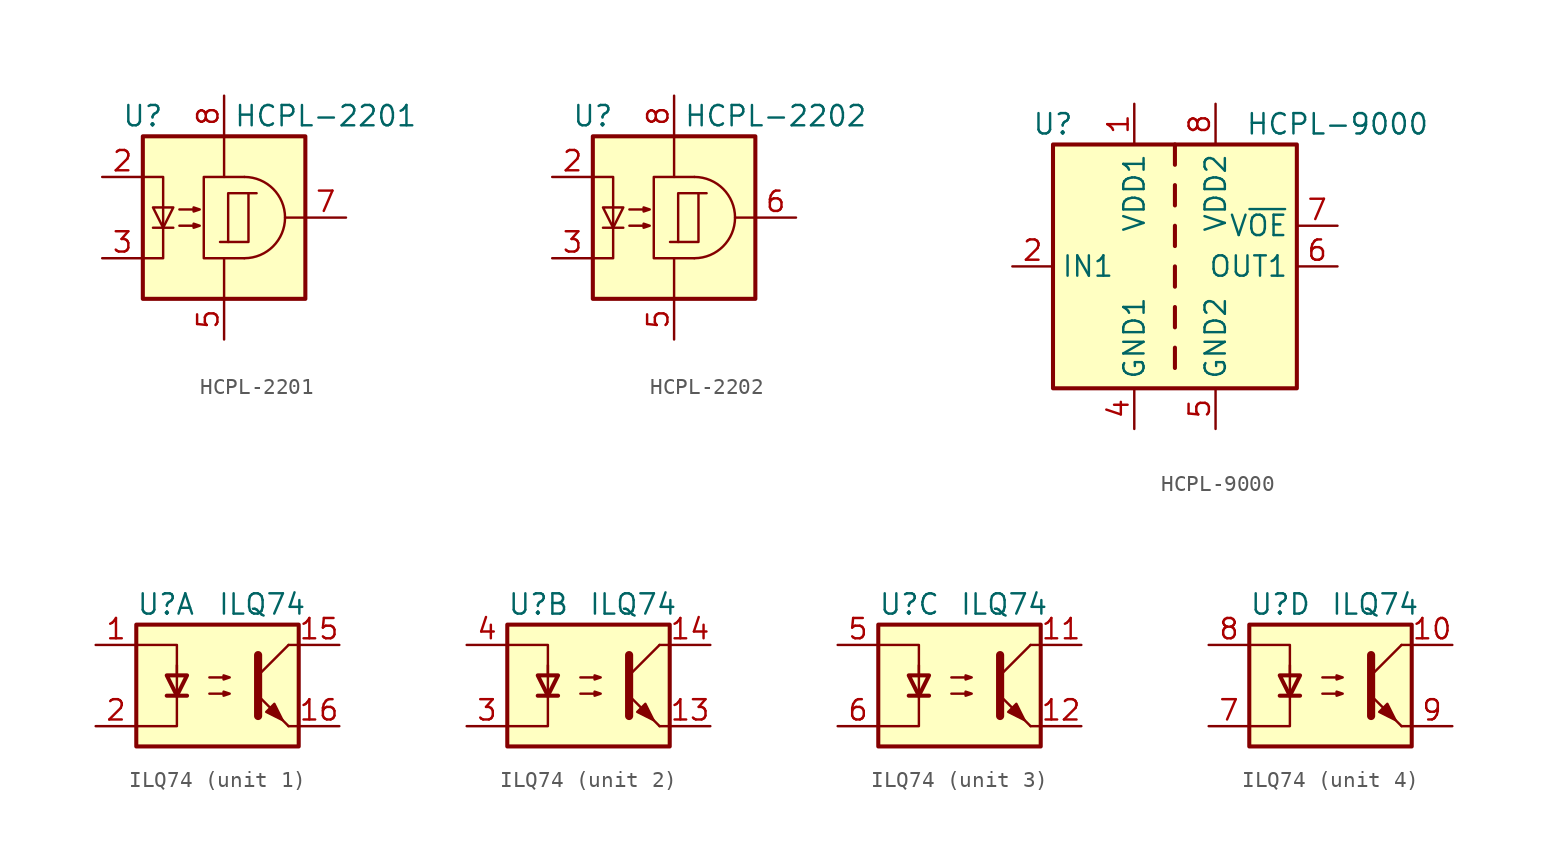
<source format=kicad_sym>
(kicad_symbol_lib
  (version 20200908)
  (generator kicad_symbol_editor)
  (symbol "Isolator:HCPL-2201"
    (property "Reference" "U"
      (at -5.08 6.35 0)
      (effects (font (size 1.27 1.27))))
    (property "Value" "HCPL-2201"
      (at 6.35 6.35 0)
      (effects (font (size 1.27 1.27))))
    (symbol "HCPL-2201_1_1"
      (arc (start 1.27 -2.54) (end 1.27 2.54) (radius (at 1.27 0) (length 2.54) (angles -89.9 89.9)) (stroke (width 0)) (fill (type none)))
      (rectangle (start -5.08 5.08) (end 5.08 -5.08) (stroke (width 0.254)) (fill (type background)))
      (rectangle (start 0.254 1.524) (end 1.524 -1.524) (stroke (width 0)) (fill (type none)))
      (polyline (pts (xy -4.445 -0.635) (xy -3.175 -0.635)) (stroke (width 0)) (fill (type none)))
      (polyline (pts (xy 0 2.54) (xy 0 5.08)) (stroke (width 0)) (fill (type none)))
      (polyline (pts (xy 0.254 -1.524) (xy -0.254 -1.524)) (stroke (width 0)) (fill (type none)))
      (polyline (pts (xy 1.524 1.524) (xy 2.032 1.524)) (stroke (width 0)) (fill (type none)))
      (polyline (pts (xy 0 -2.54) (xy 0 -5.08) (xy 0 -3.81)) (stroke (width 0)) (fill (type none)))
      (polyline (pts (xy -5.08 -2.54) (xy -3.81 -2.54) (xy -3.81 2.54) (xy -5.08 2.54)) (stroke (width 0)) (fill (type none)))
      (polyline (pts (xy -3.81 -0.635) (xy -4.445 0.635) (xy -3.175 0.635) (xy -3.81 -0.635)) (stroke (width 0)) (fill (type none)))
      (polyline (pts (xy 1.27 -2.54) (xy -1.27 -2.54) (xy -1.27 2.54) (xy 1.27 2.54)) (stroke (width 0)) (fill (type none)))
      (polyline (pts (xy -2.794 -0.508) (xy -1.524 -0.508) (xy -1.905 -0.635) (xy -1.905 -0.381) (xy -1.524 -0.508)) (stroke (width 0)) (fill (type none)))
      (polyline (pts (xy -2.794 0.508) (xy -1.524 0.508) (xy -1.905 0.381) (xy -1.905 0.635) (xy -1.524 0.508)) (stroke (width 0)) (fill (type none)))
      (pin unconnected line (at -5.08 0 0) (length 2.54) hide (name "~" (effects (font (size 1.27 1.27)))) (number "1" (effects (font (size 1.27 1.27)))))
      (pin passive line (at -7.62 2.54 0) (length 2.54) (name "~" (effects (font (size 1.27 1.27)))) (number "2" (effects (font (size 1.27 1.27)))))
      (pin passive line (at -7.62 -2.54 0) (length 2.54) (name "~" (effects (font (size 1.27 1.27)))) (number "3" (effects (font (size 1.27 1.27)))))
      (pin unconnected line (at -5.08 -5.08 0) (length 2.54) hide (name "~" (effects (font (size 1.27 1.27)))) (number "4" (effects (font (size 1.27 1.27)))))
      (pin power_in line (at 0 -7.62 90) (length 2.54) (name "~" (effects (font (size 1.27 1.27)))) (number "5" (effects (font (size 1.27 1.27)))))
      (pin unconnected line (at 5.08 -2.54 180) (length 2.54) hide (name "~" (effects (font (size 1.27 1.27)))) (number "6" (effects (font (size 1.27 1.27)))))
      (pin output line (at 7.62 0 180) (length 2.54) (name "~" (effects (font (size 1.27 1.27)))) (number "7" (effects (font (size 1.27 1.27)))))
      (pin power_in line (at 0 7.62 270) (length 2.54) (name "~" (effects (font (size 1.27 1.27)))) (number "8" (effects (font (size 1.27 1.27))))))
    (symbol "HCPL-2201_0_1"
      (polyline (pts (xy 5.08 0) (xy 3.81 0)) (stroke (width 0)) (fill (type none)))))
  (symbol "Isolator:HCPL-2202"
    (property "Reference" "U"
      (at -5.08 6.35 0)
      (effects (font (size 1.27 1.27))))
    (property "Value" "HCPL-2202"
      (at 6.35 6.35 0)
      (effects (font (size 1.27 1.27))))
    (symbol "HCPL-2202_1_1"
      (arc (start 1.27 -2.54) (end 1.27 2.54) (radius (at 1.27 0) (length 2.54) (angles -89.9 89.9)) (stroke (width 0)) (fill (type none)))
      (rectangle (start -5.08 5.08) (end 5.08 -5.08) (stroke (width 0.254)) (fill (type background)))
      (rectangle (start 0.254 1.524) (end 1.524 -1.524) (stroke (width 0)) (fill (type none)))
      (polyline (pts (xy -4.445 -0.635) (xy -3.175 -0.635)) (stroke (width 0)) (fill (type none)))
      (polyline (pts (xy 0 2.54) (xy 0 5.08)) (stroke (width 0)) (fill (type none)))
      (polyline (pts (xy 0.254 -1.524) (xy -0.254 -1.524)) (stroke (width 0)) (fill (type none)))
      (polyline (pts (xy 1.524 1.524) (xy 2.032 1.524)) (stroke (width 0)) (fill (type none)))
      (polyline (pts (xy 0 -2.54) (xy 0 -5.08) (xy 0 -3.81)) (stroke (width 0)) (fill (type none)))
      (polyline (pts (xy -5.08 -2.54) (xy -3.81 -2.54) (xy -3.81 2.54) (xy -5.08 2.54)) (stroke (width 0)) (fill (type none)))
      (polyline (pts (xy -3.81 -0.635) (xy -4.445 0.635) (xy -3.175 0.635) (xy -3.81 -0.635)) (stroke (width 0)) (fill (type none)))
      (polyline (pts (xy 1.27 -2.54) (xy -1.27 -2.54) (xy -1.27 2.54) (xy 1.27 2.54)) (stroke (width 0)) (fill (type none)))
      (polyline (pts (xy -2.794 -0.508) (xy -1.524 -0.508) (xy -1.905 -0.635) (xy -1.905 -0.381) (xy -1.524 -0.508)) (stroke (width 0)) (fill (type none)))
      (polyline (pts (xy -2.794 0.508) (xy -1.524 0.508) (xy -1.905 0.381) (xy -1.905 0.635) (xy -1.524 0.508)) (stroke (width 0)) (fill (type none)))
      (pin unconnected line (at -5.08 0 0) (length 2.54) hide (name "~" (effects (font (size 1.27 1.27)))) (number "1" (effects (font (size 1.27 1.27)))))
      (pin passive line (at -7.62 2.54 0) (length 2.54) (name "~" (effects (font (size 1.27 1.27)))) (number "2" (effects (font (size 1.27 1.27)))))
      (pin passive line (at -7.62 -2.54 0) (length 2.54) (name "~" (effects (font (size 1.27 1.27)))) (number "3" (effects (font (size 1.27 1.27)))))
      (pin unconnected line (at -5.08 -5.08 0) (length 2.54) hide (name "~" (effects (font (size 1.27 1.27)))) (number "4" (effects (font (size 1.27 1.27)))))
      (pin power_in line (at 0 -7.62 90) (length 2.54) (name "~" (effects (font (size 1.27 1.27)))) (number "5" (effects (font (size 1.27 1.27)))))
      (pin output line (at 7.62 0 180) (length 2.54) (name "~" (effects (font (size 1.27 1.27)))) (number "6" (effects (font (size 1.27 1.27)))))
      (pin unconnected line (at 5.08 -2.54 180) (length 2.54) hide (name "~" (effects (font (size 1.27 1.27)))) (number "7" (effects (font (size 1.27 1.27)))))
      (pin power_in line (at 0 7.62 270) (length 2.54) (name "~" (effects (font (size 1.27 1.27)))) (number "8" (effects (font (size 1.27 1.27))))))
    (symbol "HCPL-2202_0_1"
      (polyline (pts (xy 5.08 0) (xy 3.81 0)) (stroke (width 0)) (fill (type none)))))
  (symbol "Isolator:HCPL-9000"
    (property "Reference" "U"
      (at -7.62 8.89 0)
      (effects (font (size 1.27 1.27))))
    (property "Value" "HCPL-9000"
      (at 10.16 8.89 0)
      (effects (font (size 1.27 1.27))))
    (symbol "HCPL-9000_0_1"
      (rectangle (start -7.62 7.62) (end 7.62 -7.62) (stroke (width 0.254)) (fill (type background)))
      (polyline (pts (xy 0 -6.35) (xy 0 -5.08)) (stroke (width 0.254)) (fill (type none)))
      (polyline (pts (xy 0 -3.81) (xy 0 -2.54)) (stroke (width 0.254)) (fill (type none)))
      (polyline (pts (xy 0 -1.27) (xy 0 0)) (stroke (width 0.254)) (fill (type none)))
      (polyline (pts (xy 0 1.27) (xy 0 2.54)) (stroke (width 0.254)) (fill (type none)))
      (polyline (pts (xy 0 3.81) (xy 0 5.08)) (stroke (width 0.254)) (fill (type none)))
      (polyline (pts (xy 0 6.35) (xy 0 7.62)) (stroke (width 0.254)) (fill (type none))))
    (symbol "HCPL-9000_1_1"
      (pin power_in line (at -2.54 10.16 270) (length 2.54) (name "VDD1" (effects (font (size 1.27 1.27)))) (number "1" (effects (font (size 1.27 1.27)))))
      (pin input line (at -10.16 0 0) (length 2.54) (name "IN1" (effects (font (size 1.27 1.27)))) (number "2" (effects (font (size 1.27 1.27)))))
      (pin unconnected line (at -7.62 -2.54 0) (length 2.54) hide (name "NC" (effects (font (size 1.27 1.27)))) (number "3" (effects (font (size 1.27 1.27)))))
      (pin power_in line (at -2.54 -10.16 90) (length 2.54) (name "GND1" (effects (font (size 1.27 1.27)))) (number "4" (effects (font (size 1.27 1.27)))))
      (pin power_in line (at 2.54 -10.16 90) (length 2.54) (name "GND2" (effects (font (size 1.27 1.27)))) (number "5" (effects (font (size 1.27 1.27)))))
      (pin output line (at 10.16 0 180) (length 2.54) (name "OUT1" (effects (font (size 1.27 1.27)))) (number "6" (effects (font (size 1.27 1.27)))))
      (pin input line (at 10.16 2.54 180) (length 2.54) (name "V~OE" (effects (font (size 1.27 1.27)))) (number "7" (effects (font (size 1.27 1.27)))))
      (pin power_in line (at 2.54 10.16 270) (length 2.54) (name "VDD2" (effects (font (size 1.27 1.27)))) (number "8" (effects (font (size 1.27 1.27)))))))
  (symbol "Isolator:ILQ74"
    (pin_names
      (offset 1.016))
    (property "Reference" "U"
      (at -5.08 5.08 0)
      (effects (font (size 1.27 1.27)) (justify left)))
    (property "Value" "ILQ74"
      (at 0 5.08 0)
      (effects (font (size 1.27 1.27)) (justify left)))
    (symbol "ILQ74_0_1"
      (rectangle (start -5.08 3.81) (end 5.08 -3.81) (stroke (width 0.254)) (fill (type background)))
      (polyline (pts (xy -3.175 -0.635) (xy -1.905 -0.635)) (stroke (width 0.254)) (fill (type none)))
      (polyline (pts (xy 2.54 0.635) (xy 4.445 2.54)) (stroke (width 0)) (fill (type none)))
      (polyline (pts (xy 4.445 -2.54) (xy 2.54 -0.635)) (stroke (width 0)) (fill (type outline)))
      (polyline (pts (xy 4.445 -2.54) (xy 5.08 -2.54)) (stroke (width 0)) (fill (type none)))
      (polyline (pts (xy 4.445 2.54) (xy 5.08 2.54)) (stroke (width 0)) (fill (type none)))
      (polyline (pts (xy -5.08 2.54) (xy -2.54 2.54) (xy -2.54 0.635)) (stroke (width 0)) (fill (type none)))
      (polyline (pts (xy 2.54 1.905) (xy 2.54 -1.905) (xy 2.54 -1.905)) (stroke (width 0.508)) (fill (type none)))
      (polyline (pts (xy -2.54 -0.635) (xy -3.175 0.635) (xy -1.905 0.635) (xy -2.54 -0.635)) (stroke (width 0.254)) (fill (type none)))
      (polyline (pts (xy -2.54 -0.635) (xy -2.54 1.27) (xy -2.54 -2.54) (xy -5.08 -2.54)) (stroke (width 0)) (fill (type none)))
      (polyline (pts (xy -0.508 -0.508) (xy 0.762 -0.508) (xy 0.381 -0.635) (xy 0.381 -0.381) (xy 0.762 -0.508)) (stroke (width 0)) (fill (type none)))
      (polyline (pts (xy -0.508 0.508) (xy 0.762 0.508) (xy 0.381 0.381) (xy 0.381 0.635) (xy 0.762 0.508)) (stroke (width 0)) (fill (type none)))
      (polyline (pts (xy 3.048 -1.651) (xy 3.556 -1.143) (xy 4.064 -2.159) (xy 3.048 -1.651) (xy 3.048 -1.651)) (stroke (width 0)) (fill (type outline))))
    (symbol "ILQ74_1_1"
      (pin passive line (at -7.62 2.54 0) (length 2.54) (name "~" (effects (font (size 1.27 1.27)))) (number "1" (effects (font (size 1.27 1.27)))))
      (pin passive line (at 7.62 2.54 180) (length 2.54) (name "~" (effects (font (size 1.27 1.27)))) (number "15" (effects (font (size 1.27 1.27)))))
      (pin passive line (at 7.62 -2.54 180) (length 2.54) (name "~" (effects (font (size 1.27 1.27)))) (number "16" (effects (font (size 1.27 1.27)))))
      (pin passive line (at -7.62 -2.54 0) (length 2.54) (name "~" (effects (font (size 1.27 1.27)))) (number "2" (effects (font (size 1.27 1.27))))))
    (symbol "ILQ74_2_1"
      (pin passive line (at 7.62 -2.54 180) (length 2.54) (name "~" (effects (font (size 1.27 1.27)))) (number "13" (effects (font (size 1.27 1.27)))))
      (pin passive line (at 7.62 2.54 180) (length 2.54) (name "~" (effects (font (size 1.27 1.27)))) (number "14" (effects (font (size 1.27 1.27)))))
      (pin passive line (at -7.62 -2.54 0) (length 2.54) (name "~" (effects (font (size 1.27 1.27)))) (number "3" (effects (font (size 1.27 1.27)))))
      (pin passive line (at -7.62 2.54 0) (length 2.54) (name "~" (effects (font (size 1.27 1.27)))) (number "4" (effects (font (size 1.27 1.27))))))
    (symbol "ILQ74_3_1"
      (pin passive line (at 7.62 2.54 180) (length 2.54) (name "~" (effects (font (size 1.27 1.27)))) (number "11" (effects (font (size 1.27 1.27)))))
      (pin passive line (at 7.62 -2.54 180) (length 2.54) (name "~" (effects (font (size 1.27 1.27)))) (number "12" (effects (font (size 1.27 1.27)))))
      (pin passive line (at -7.62 2.54 0) (length 2.54) (name "~" (effects (font (size 1.27 1.27)))) (number "5" (effects (font (size 1.27 1.27)))))
      (pin passive line (at -7.62 -2.54 0) (length 2.54) (name "~" (effects (font (size 1.27 1.27)))) (number "6" (effects (font (size 1.27 1.27))))))
    (symbol "ILQ74_4_1"
      (pin passive line (at 7.62 2.54 180) (length 2.54) (name "~" (effects (font (size 1.27 1.27)))) (number "10" (effects (font (size 1.27 1.27)))))
      (pin passive line (at -7.62 -2.54 0) (length 2.54) (name "~" (effects (font (size 1.27 1.27)))) (number "7" (effects (font (size 1.27 1.27)))))
      (pin passive line (at -7.62 2.54 0) (length 2.54) (name "~" (effects (font (size 1.27 1.27)))) (number "8" (effects (font (size 1.27 1.27)))))
      (pin passive line (at 7.62 -2.54 180) (length 2.54) (name "~" (effects (font (size 1.27 1.27)))) (number "9" (effects (font (size 1.27 1.27))))))))
</source>
